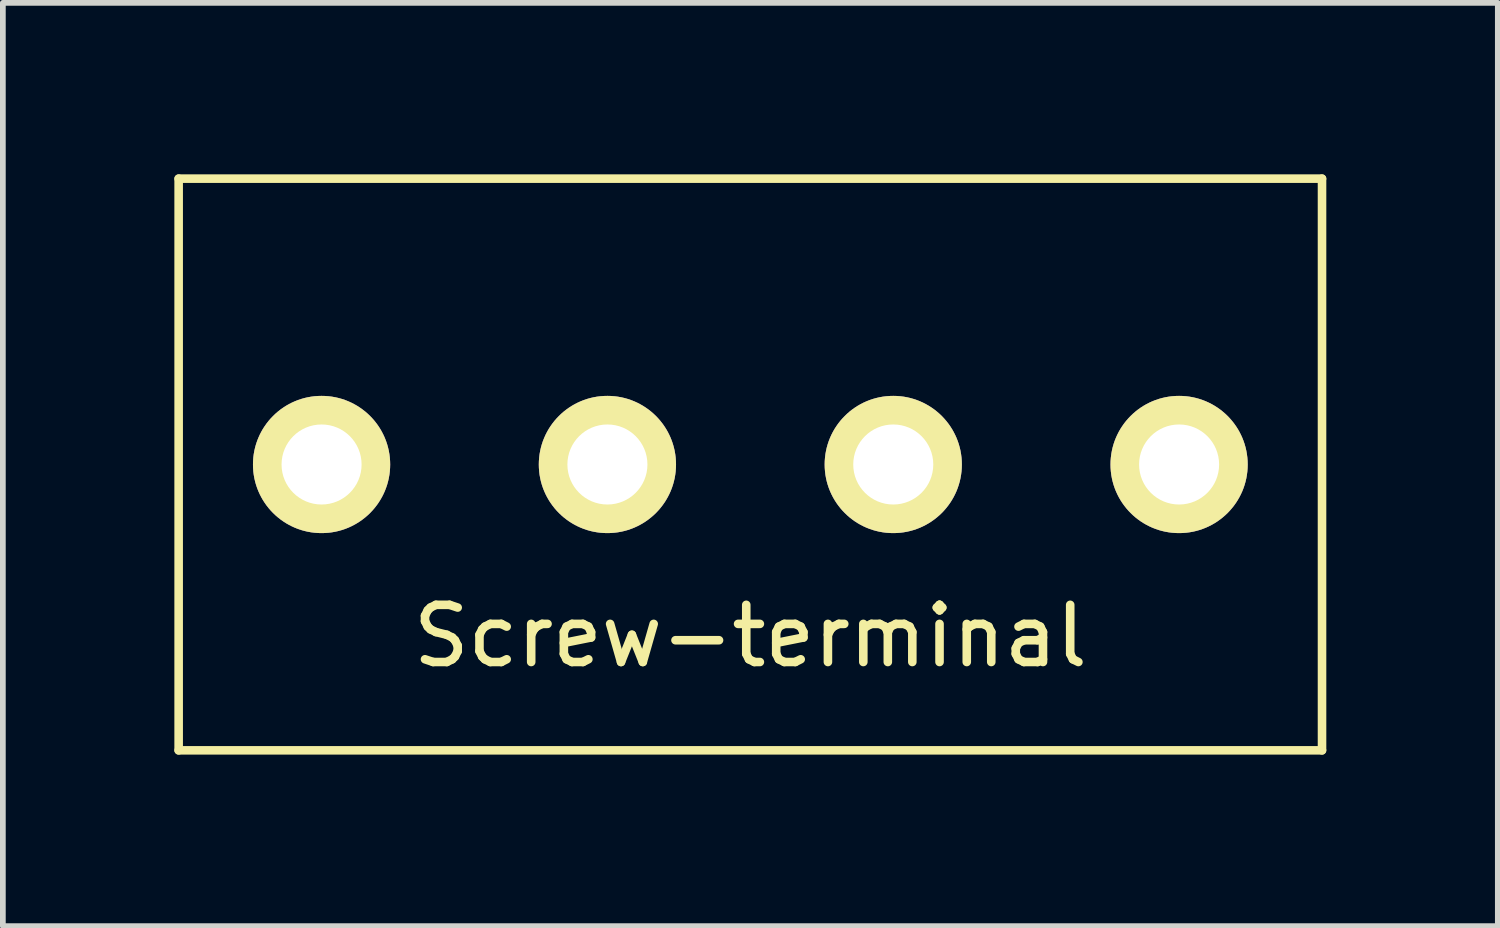
<source format=kicad_pcb>
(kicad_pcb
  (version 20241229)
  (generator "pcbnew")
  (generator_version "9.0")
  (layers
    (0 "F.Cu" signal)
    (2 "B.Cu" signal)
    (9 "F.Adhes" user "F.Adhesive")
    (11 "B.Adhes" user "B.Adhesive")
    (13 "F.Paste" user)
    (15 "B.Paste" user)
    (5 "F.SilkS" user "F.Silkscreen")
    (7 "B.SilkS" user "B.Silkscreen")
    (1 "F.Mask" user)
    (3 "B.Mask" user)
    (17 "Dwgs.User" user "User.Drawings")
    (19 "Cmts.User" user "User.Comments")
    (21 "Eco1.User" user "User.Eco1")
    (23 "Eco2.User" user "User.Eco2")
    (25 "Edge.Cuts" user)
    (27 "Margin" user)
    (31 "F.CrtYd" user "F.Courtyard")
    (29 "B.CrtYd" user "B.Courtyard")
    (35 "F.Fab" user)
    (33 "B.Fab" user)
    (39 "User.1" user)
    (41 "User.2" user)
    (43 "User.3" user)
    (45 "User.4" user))
  (footprint "Screw-terminal"
    (layer "F.Cu")
    (at 10.075 5.075)
    (property "Reference" "Screw-terminal" (at 0 3 0) (layer "F.SilkS") (effects (font (size 1 1) (thickness 0.15))))
    (attr through_hole)
    (fp_line (start -10 -5) (end 10 -5) (stroke (width 0.15) (type solid)) (layer "F.SilkS"))
    (fp_line (start -10 5) (end -10 -5) (stroke (width 0.15) (type solid)) (layer "F.SilkS"))
    (fp_line (start 10 -5) (end 10 5) (stroke (width 0.15) (type solid)) (layer "F.SilkS"))
    (fp_line (start 10 5) (end -10 5) (stroke (width 0.15) (type solid)) (layer "F.SilkS"))
    (pad "1" thru_hole circle (at -7.5 0) (size 2.4 2.4) (drill 1.4) (layers "*.Cu" "*.Mask" "F.SilkS"))
    (pad "2" thru_hole circle (at -2.5 0) (size 2.4 2.4) (drill 1.4) (layers "*.Cu" "*.Mask" "F.SilkS"))
    (pad "3" thru_hole circle (at 2.5 0) (size 2.4 2.4) (drill 1.4) (layers "*.Cu" "*.Mask" "F.SilkS"))
    (pad "4" thru_hole circle (at 7.5 0) (size 2.4 2.4) (drill 1.4) (layers "*.Cu" "*.Mask" "F.SilkS")))
  (gr_rect
    (start -3 -3)
    (end 23.15 13.15)
    (stroke (width 0.1) (type default))
    (fill no)
    (layer "Edge.Cuts")))
</source>
